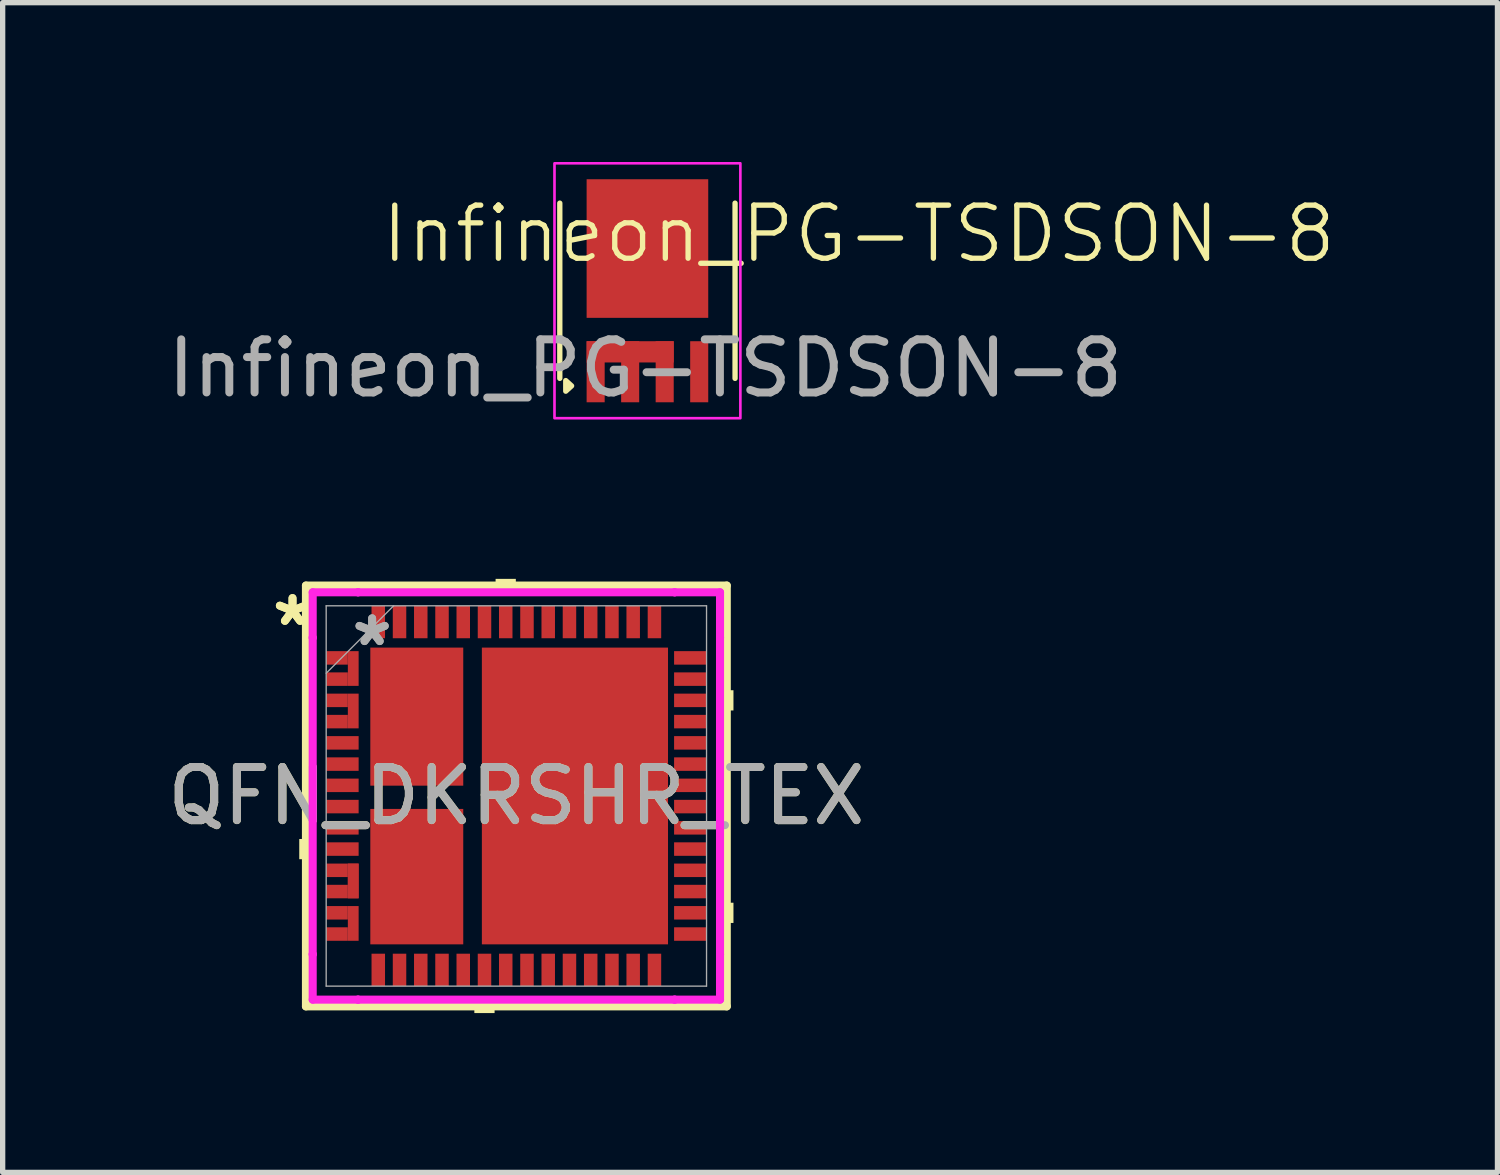
<source format=kicad_pcb>
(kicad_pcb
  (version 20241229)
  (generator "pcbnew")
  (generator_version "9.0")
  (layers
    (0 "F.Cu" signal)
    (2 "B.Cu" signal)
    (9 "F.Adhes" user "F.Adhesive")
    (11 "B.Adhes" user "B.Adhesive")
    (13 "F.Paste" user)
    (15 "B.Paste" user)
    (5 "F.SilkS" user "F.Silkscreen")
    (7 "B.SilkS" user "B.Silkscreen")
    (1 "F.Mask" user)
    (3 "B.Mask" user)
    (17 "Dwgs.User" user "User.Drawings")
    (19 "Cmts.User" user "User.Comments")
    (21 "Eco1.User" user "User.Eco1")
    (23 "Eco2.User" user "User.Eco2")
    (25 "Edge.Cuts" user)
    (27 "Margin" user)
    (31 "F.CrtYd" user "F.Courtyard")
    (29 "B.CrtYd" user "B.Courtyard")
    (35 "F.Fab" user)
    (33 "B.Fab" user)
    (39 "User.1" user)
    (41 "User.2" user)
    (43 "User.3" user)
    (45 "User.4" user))
  (footprint "Infineon_PG-TSDSON-8"
    (layer "F.Cu")
    (at 9.141 2.425)
    (property "Reference" "Infineon_PG-TSDSON-8" (at 3.98 -1.07 0) (unlocked yes) (layer "F.SilkS") (effects (font (size 1 1) (thickness 0.1))))
    (attr smd)
    (fp_rect (start -1.145 0.95) (end 0.495 1.35) (stroke (width 0) (type solid)) (fill yes) (layer "F.Cu"))
    (fp_rect (start -1.145 2.1) (end -0.805 0.95) (stroke (width 0) (type solid)) (fill yes) (layer "F.Cu"))
    (fp_rect (start -0.495 2.1) (end -0.155 0.95) (stroke (width 0) (type solid)) (fill yes) (layer "F.Cu"))
    (fp_rect (start 0.155 2.1) (end 0.495 0.95) (stroke (width 0) (type solid)) (fill yes) (layer "F.Cu"))
    (fp_rect (start 0.805 2.1) (end 1.145 0.95) (stroke (width 0) (type solid)) (fill yes) (layer "F.Cu"))
    (fp_rect (start 1.145 -2.1) (end -1.145 0.51) (stroke (width 0) (type solid)) (fill yes) (layer "F.Cu"))
    (fp_rect (start -1.65 -1.65) (end -1.65 1.65) (stroke (width 0.1) (type default)) (fill no) (layer "F.SilkS"))
    (fp_rect (start 1.65 1.65) (end 1.65 -1.65) (stroke (width 0.1) (type default)) (fill no) (layer "F.SilkS"))
    (fp_poly (pts (xy -1.538 1.891) (xy -1.428 1.791) (xy -1.538 1.691)) (stroke (width 0.1) (type solid)) (fill yes) (layer "F.SilkS"))
    (fp_rect (start -1.115 1) (end 0.465 1.32) (stroke (width 0) (type solid)) (fill yes) (layer "F.Paste"))
    (fp_rect (start -1.115 1.55) (end -0.835 2.07) (stroke (width 0) (type solid)) (fill yes) (layer "F.Paste"))
    (fp_rect (start -1.09 -1.35) (end -0.81 -2.07) (stroke (width 0) (type solid)) (fill yes) (layer "F.Paste"))
    (fp_rect (start -1.09 -1.07) (end -0.81 0.18) (stroke (width 0) (type solid)) (fill yes) (layer "F.Paste"))
    (fp_rect (start -0.555 -1.07) (end 0.555 0.18) (stroke (width 0) (type solid)) (fill yes) (layer "F.Paste"))
    (fp_rect (start -0.49 -1.35) (end -0.21 -2.07) (stroke (width 0) (type solid)) (fill yes) (layer "F.Paste"))
    (fp_rect (start -0.465 1.55) (end -0.185 2.07) (stroke (width 0) (type solid)) (fill yes) (layer "F.Paste"))
    (fp_rect (start 0.16 -1.35) (end 0.44 -2.07) (stroke (width 0) (type solid)) (fill yes) (layer "F.Paste"))
    (fp_rect (start 0.185 1.55) (end 0.465 2.07) (stroke (width 0) (type solid)) (fill yes) (layer "F.Paste"))
    (fp_rect (start 0.81 -1.35) (end 1.09 -2.07) (stroke (width 0) (type solid)) (fill yes) (layer "F.Paste"))
    (fp_rect (start 0.81 -1.07) (end 1.09 0.18) (stroke (width 0) (type solid)) (fill yes) (layer "F.Paste"))
    (fp_rect (start 0.835 1.12) (end 1.115 2.07) (stroke (width 0) (type solid)) (fill yes) (layer "F.Paste"))
    (fp_rect (start -1.75 -2.4) (end 1.75 2.4) (stroke (width 0.05) (type default)) (fill no) (layer "F.CrtYd"))
    (fp_text user "${REFERENCE}" (at -0.04 1.46 0) (unlocked yes) (layer "F.Fab") (effects (font (size 1 1) (thickness 0.15)))))
  (footprint "QFN_DKRSHR_TEX"
    (layer "F.Cu")
    (at 6.673 11.938)
    (property "Reference" "QFN_DKRSHR_TEX" (at 0 0 0) (unlocked yes) (layer "F.SilkS") (effects (font (size 1 1) (thickness 0.15))))
    (attr smd)
    (fp_poly (pts (xy -3.173 -2.073) (xy -3.173 -2.727) (xy -2.97 -2.727) (xy -2.97 -2.073)) (stroke (width 0) (type solid)) (fill yes) (layer "F.Cu"))
    (fp_poly (pts (xy -2.97 -1.273) (xy -3.173 -1.273) (xy -3.173 -1.927) (xy -2.97 -1.927)) (stroke (width 0) (type solid)) (fill yes) (layer "F.Cu"))
    (fp_poly (pts (xy -2.97 1.273) (xy -2.97 1.927) (xy -3.173 1.927) (xy -3.173 1.273)) (stroke (width 0) (type solid)) (fill yes) (layer "F.Cu"))
    (fp_poly (pts (xy -2.97 1.273) (xy -2.97 1.927) (xy -3.173 1.927) (xy -3.173 1.273)) (stroke (width 0) (type solid)) (fill yes) (layer "F.Cu"))
    (fp_poly (pts (xy -2.97 2.073) (xy -2.97 2.727) (xy -3.173 2.727) (xy -3.173 2.073)) (stroke (width 0) (type solid)) (fill yes) (layer "F.Cu"))
    (fp_poly (pts (xy -3.173 -2.727) (xy -2.97 -2.727) (xy -2.97 -2.073) (xy -3.173 -2.073)) (stroke (width 0) (type solid)) (fill yes) (layer "F.Mask"))
    (fp_poly (pts (xy -2.97 -1.273) (xy -3.173 -1.273) (xy -3.173 -1.927) (xy -2.97 -1.927)) (stroke (width 0) (type solid)) (fill yes) (layer "F.Mask"))
    (fp_poly (pts (xy -2.97 1.273) (xy -2.97 1.927) (xy -3.173 1.927) (xy -3.173 1.273)) (stroke (width 0) (type solid)) (fill yes) (layer "F.Mask"))
    (fp_poly (pts (xy -2.97 2.073) (xy -2.97 2.727) (xy -3.173 2.727) (xy -3.173 2.073)) (stroke (width 0) (type solid)) (fill yes) (layer "F.Mask"))
    (fp_line (start -3.962 -3.962) (end -3.962 3.962) (stroke (width 0.152) (type solid)) (layer "F.SilkS"))
    (fp_line (start -3.962 3.962) (end 3.962 3.962) (stroke (width 0.152) (type solid)) (layer "F.SilkS"))
    (fp_line (start 3.962 -3.962) (end -3.962 -3.962) (stroke (width 0.152) (type solid)) (layer "F.SilkS"))
    (fp_line (start 3.962 3.962) (end 3.962 -3.962) (stroke (width 0.152) (type solid)) (layer "F.SilkS"))
    (fp_poly (pts (xy -4.088 0.81) (xy -4.088 1.191) (xy -3.834 1.191) (xy -3.834 0.81)) (stroke (width 0) (type solid)) (fill yes) (layer "F.SilkS"))
    (fp_poly (pts (xy -0.791 3.834) (xy -0.791 4.088) (xy -0.41 4.088) (xy -0.41 3.834)) (stroke (width 0) (type solid)) (fill yes) (layer "F.SilkS"))
    (fp_poly (pts (xy -0.391 -3.834) (xy -0.391 -4.088) (xy -0.01 -4.088) (xy -0.01 -3.834)) (stroke (width 0) (type solid)) (fill yes) (layer "F.SilkS"))
    (fp_poly (pts (xy 4.088 -1.991) (xy 4.088 -1.61) (xy 3.834 -1.61) (xy 3.834 -1.991)) (stroke (width 0) (type solid)) (fill yes) (layer "F.SilkS"))
    (fp_poly (pts (xy 4.088 2.01) (xy 4.088 2.391) (xy 3.834 2.391) (xy 3.834 2.01)) (stroke (width 0) (type solid)) (fill yes) (layer "F.SilkS"))
    (fp_poly (pts (xy -3.173 -2.727) (xy -3.173 -2.073) (xy -2.97 -2.073) (xy -2.97 -2.727)) (stroke (width 0) (type solid)) (fill yes) (layer "F.Paste"))
    (fp_poly (pts (xy -2.97 -1.927) (xy -2.97 -1.273) (xy -3.173 -1.273) (xy -3.173 -1.927)) (stroke (width 0) (type solid)) (fill yes) (layer "F.Paste"))
    (fp_poly (pts (xy -2.97 1.273) (xy -2.97 1.927) (xy -3.173 1.927) (xy -3.173 1.273)) (stroke (width 0) (type solid)) (fill yes) (layer "F.Paste"))
    (fp_poly (pts (xy -2.97 2.073) (xy -2.97 2.727) (xy -3.173 2.727) (xy -3.173 2.073)) (stroke (width 0) (type solid)) (fill yes) (layer "F.Paste"))
    (fp_poly (pts (xy -1.653 -2.694) (xy -1.653 -1.497) (xy -0.1 -1.497) (xy -0.1 -2.694)) (stroke (width 0) (type solid)) (fill yes) (layer "F.Paste"))
    (fp_poly (pts (xy -1.653 -1.297) (xy -1.653 -0.1) (xy -0.1 -0.1) (xy -0.1 -1.297)) (stroke (width 0) (type solid)) (fill yes) (layer "F.Paste"))
    (fp_poly (pts (xy -1.653 0.1) (xy -1.653 1.297) (xy -0.1 1.297) (xy -0.1 0.1)) (stroke (width 0) (type solid)) (fill yes) (layer "F.Paste"))
    (fp_poly (pts (xy -1.653 1.497) (xy -1.653 2.694) (xy -0.1 2.694) (xy -0.1 1.497)) (stroke (width 0) (type solid)) (fill yes) (layer "F.Paste"))
    (fp_poly (pts (xy 0.1 -2.694) (xy 0.1 -1.497) (xy 1.653 -1.497) (xy 1.653 -2.694)) (stroke (width 0) (type solid)) (fill yes) (layer "F.Paste"))
    (fp_poly (pts (xy 0.1 -1.297) (xy 0.1 -0.1) (xy 1.653 -0.1) (xy 1.653 -1.297)) (stroke (width 0) (type solid)) (fill yes) (layer "F.Paste"))
    (fp_poly (pts (xy 0.1 0.1) (xy 0.1 1.297) (xy 1.653 1.297) (xy 1.653 0.1)) (stroke (width 0) (type solid)) (fill yes) (layer "F.Paste"))
    (fp_poly (pts (xy 0.1 1.497) (xy 0.1 2.694) (xy 1.653 2.694) (xy 1.653 1.497)) (stroke (width 0) (type solid)) (fill yes) (layer "F.Paste"))
    (fp_line (start -3.835 -3.835) (end -2.981 -3.835) (stroke (width 0.152) (type solid)) (layer "F.CrtYd"))
    (fp_line (start -3.835 -2.981) (end -3.835 -3.835) (stroke (width 0.152) (type solid)) (layer "F.CrtYd"))
    (fp_line (start -3.835 -2.981) (end -3.835 -2.981) (stroke (width 0.152) (type solid)) (layer "F.CrtYd"))
    (fp_line (start -3.835 2.981) (end -3.835 -2.981) (stroke (width 0.152) (type solid)) (layer "F.CrtYd"))
    (fp_line (start -3.835 2.981) (end -3.835 2.981) (stroke (width 0.152) (type solid)) (layer "F.CrtYd"))
    (fp_line (start -3.835 3.835) (end -3.835 2.981) (stroke (width 0.152) (type solid)) (layer "F.CrtYd"))
    (fp_line (start -2.981 -3.835) (end -2.981 -3.835) (stroke (width 0.152) (type solid)) (layer "F.CrtYd"))
    (fp_line (start -2.981 -3.835) (end 2.981 -3.835) (stroke (width 0.152) (type solid)) (layer "F.CrtYd"))
    (fp_line (start -2.981 3.835) (end -3.835 3.835) (stroke (width 0.152) (type solid)) (layer "F.CrtYd"))
    (fp_line (start -2.981 3.835) (end -2.981 3.835) (stroke (width 0.152) (type solid)) (layer "F.CrtYd"))
    (fp_line (start 2.981 -3.835) (end 2.981 -3.835) (stroke (width 0.152) (type solid)) (layer "F.CrtYd"))
    (fp_line (start 2.981 -3.835) (end 3.835 -3.835) (stroke (width 0.152) (type solid)) (layer "F.CrtYd"))
    (fp_line (start 2.981 3.835) (end -2.981 3.835) (stroke (width 0.152) (type solid)) (layer "F.CrtYd"))
    (fp_line (start 2.981 3.835) (end 2.981 3.835) (stroke (width 0.152) (type solid)) (layer "F.CrtYd"))
    (fp_line (start 3.835 -3.835) (end 3.835 -2.981) (stroke (width 0.152) (type solid)) (layer "F.CrtYd"))
    (fp_line (start 3.835 -2.981) (end 3.835 -2.981) (stroke (width 0.152) (type solid)) (layer "F.CrtYd"))
    (fp_line (start 3.835 -2.981) (end 3.835 2.981) (stroke (width 0.152) (type solid)) (layer "F.CrtYd"))
    (fp_line (start 3.835 2.981) (end 3.835 2.981) (stroke (width 0.152) (type solid)) (layer "F.CrtYd"))
    (fp_line (start 3.835 2.981) (end 3.835 3.835) (stroke (width 0.152) (type solid)) (layer "F.CrtYd"))
    (fp_line (start 3.835 3.835) (end 2.981 3.835) (stroke (width 0.152) (type solid)) (layer "F.CrtYd"))
    (fp_line (start -3.581 -3.581) (end -3.581 3.581) (stroke (width 0.025) (type solid)) (layer "F.Fab"))
    (fp_line (start -3.581 -2.311) (end -2.311 -3.581) (stroke (width 0.025) (type solid)) (layer "F.Fab"))
    (fp_line (start -3.581 3.581) (end 3.581 3.581) (stroke (width 0.025) (type solid)) (layer "F.Fab"))
    (fp_line (start 3.581 -3.581) (end -3.581 -3.581) (stroke (width 0.025) (type solid)) (layer "F.Fab"))
    (fp_line (start 3.581 3.581) (end 3.581 -3.581) (stroke (width 0.025) (type solid)) (layer "F.Fab"))
    (fp_text user "*" (at -4.215 -3.181 0) (unlocked yes) (layer "F.SilkS") (effects (font (size 1 1) (thickness 0.15))))
    (fp_text user "*" (at -4.215 -3.181 0) (layer "F.SilkS") (effects (font (size 1 1) (thickness 0.15))))
    (fp_text user "*" (at -2.716 -2.8 0) (unlocked yes) (layer "F.Fab") (effects (font (size 1 1) (thickness 0.15))))
    (fp_text user "*" (at -2.716 -2.8 0) (layer "F.Fab") (effects (font (size 1 1) (thickness 0.15))))
    (fp_text user "${REFERENCE}" (at 0 0 0) (unlocked yes) (layer "F.Fab") (effects (font (size 1 1) (thickness 0.15))))
    (pad "1" smd rect (at -3.377 -2.6 90) (size 0.254 0.406) (layers "F.Cu" "F.Mask" "F.Paste"))
    (pad "2" smd rect (at -3.377 -2.2 90) (size 0.254 0.406) (layers "F.Cu" "F.Mask" "F.Paste"))
    (pad "3" smd rect (at -3.377 -1.8 90) (size 0.254 0.406) (layers "F.Cu" "F.Mask" "F.Paste"))
    (pad "4" smd rect (at -3.377 -1.4 90) (size 0.254 0.406) (layers "F.Cu" "F.Mask" "F.Paste"))
    (pad "5" smd rect (at -3.275 -1 90) (size 0.254 0.61) (layers "F.Cu" "F.Mask" "F.Paste"))
    (pad "6" smd rect (at -3.275 -0.6 90) (size 0.254 0.61) (layers "F.Cu" "F.Mask" "F.Paste"))
    (pad "7" smd rect (at -3.275 -0.2 90) (size 0.254 0.61) (layers "F.Cu" "F.Mask" "F.Paste"))
    (pad "8" smd rect (at -3.275 0.2 90) (size 0.254 0.61) (layers "F.Cu" "F.Mask" "F.Paste"))
    (pad "9" smd rect (at -3.275 0.6 90) (size 0.254 0.61) (layers "F.Cu" "F.Mask" "F.Paste"))
    (pad "10" smd rect (at -3.275 1 90) (size 0.254 0.61) (layers "F.Cu" "F.Mask" "F.Paste"))
    (pad "11" smd rect (at -3.377 1.4 90) (size 0.254 0.406) (layers "F.Cu" "F.Mask" "F.Paste"))
    (pad "12" smd rect (at -3.377 1.8 90) (size 0.254 0.406) (layers "F.Cu" "F.Mask" "F.Paste"))
    (pad "13" smd rect (at -3.377 2.2 90) (size 0.254 0.406) (layers "F.Cu" "F.Mask" "F.Paste"))
    (pad "14" smd rect (at -3.377 2.6 90) (size 0.254 0.406) (layers "F.Cu" "F.Mask" "F.Paste"))
    (pad "15" smd rect (at -2.6 3.275) (size 0.254 0.61) (layers "F.Cu" "F.Mask" "F.Paste"))
    (pad "16" smd rect (at -2.2 3.275) (size 0.254 0.61) (layers "F.Cu" "F.Mask" "F.Paste"))
    (pad "17" smd rect (at -1.8 3.275) (size 0.254 0.61) (layers "F.Cu" "F.Mask" "F.Paste"))
    (pad "18" smd rect (at -1.4 3.275) (size 0.254 0.61) (layers "F.Cu" "F.Mask" "F.Paste"))
    (pad "19" smd rect (at -1 3.275) (size 0.254 0.61) (layers "F.Cu" "F.Mask" "F.Paste"))
    (pad "20" smd rect (at -0.6 3.275) (size 0.254 0.61) (layers "F.Cu" "F.Mask" "F.Paste"))
    (pad "21" smd rect (at -0.2 3.275) (size 0.254 0.61) (layers "F.Cu" "F.Mask" "F.Paste"))
    (pad "22" smd rect (at 0.2 3.275) (size 0.254 0.61) (layers "F.Cu" "F.Mask" "F.Paste"))
    (pad "23" smd rect (at 0.6 3.275) (size 0.254 0.61) (layers "F.Cu" "F.Mask" "F.Paste"))
    (pad "24" smd rect (at 1 3.275) (size 0.254 0.61) (layers "F.Cu" "F.Mask" "F.Paste"))
    (pad "25" smd rect (at 1.4 3.275) (size 0.254 0.61) (layers "F.Cu" "F.Mask" "F.Paste"))
    (pad "26" smd rect (at 1.8 3.275) (size 0.254 0.61) (layers "F.Cu" "F.Mask" "F.Paste"))
    (pad "27" smd rect (at 2.2 3.275) (size 0.254 0.61) (layers "F.Cu" "F.Mask" "F.Paste"))
    (pad "28" smd rect (at 2.6 3.275) (size 0.254 0.61) (layers "F.Cu" "F.Mask" "F.Paste"))
    (pad "29" smd rect (at 3.275 2.6 90) (size 0.254 0.61) (layers "F.Cu" "F.Mask" "F.Paste"))
    (pad "30" smd rect (at 3.275 2.2 90) (size 0.254 0.61) (layers "F.Cu" "F.Mask" "F.Paste"))
    (pad "31" smd rect (at 3.275 1.8 90) (size 0.254 0.61) (layers "F.Cu" "F.Mask" "F.Paste"))
    (pad "32" smd rect (at 3.275 1.4 90) (size 0.254 0.61) (layers "F.Cu" "F.Mask" "F.Paste"))
    (pad "33" smd rect (at 3.275 1 90) (size 0.254 0.61) (layers "F.Cu" "F.Mask" "F.Paste"))
    (pad "34" smd rect (at 3.275 0.6 90) (size 0.254 0.61) (layers "F.Cu" "F.Mask" "F.Paste"))
    (pad "35" smd rect (at 3.275 0.2 90) (size 0.254 0.61) (layers "F.Cu" "F.Mask" "F.Paste"))
    (pad "36" smd rect (at 3.275 -0.2 90) (size 0.254 0.61) (layers "F.Cu" "F.Mask" "F.Paste"))
    (pad "37" smd rect (at 3.275 -0.6 90) (size 0.254 0.61) (layers "F.Cu" "F.Mask" "F.Paste"))
    (pad "38" smd rect (at 3.275 -1 90) (size 0.254 0.61) (layers "F.Cu" "F.Mask" "F.Paste"))
    (pad "39" smd rect (at 3.275 -1.4 90) (size 0.254 0.61) (layers "F.Cu" "F.Mask" "F.Paste"))
    (pad "40" smd rect (at 3.275 -1.8 90) (size 0.254 0.61) (layers "F.Cu" "F.Mask" "F.Paste"))
    (pad "41" smd rect (at 3.275 -2.2 90) (size 0.254 0.61) (layers "F.Cu" "F.Mask" "F.Paste"))
    (pad "42" smd rect (at 3.275 -2.6 90) (size 0.254 0.61) (layers "F.Cu" "F.Mask" "F.Paste"))
    (pad "43" smd rect (at 2.6 -3.275) (size 0.254 0.61) (layers "F.Cu" "F.Mask" "F.Paste"))
    (pad "44" smd rect (at 2.2 -3.275) (size 0.254 0.61) (layers "F.Cu" "F.Mask" "F.Paste"))
    (pad "45" smd rect (at 1.8 -3.275) (size 0.254 0.61) (layers "F.Cu" "F.Mask" "F.Paste"))
    (pad "46" smd rect (at 1.4 -3.275) (size 0.254 0.61) (layers "F.Cu" "F.Mask" "F.Paste"))
    (pad "47" smd rect (at 1 -3.275) (size 0.254 0.61) (layers "F.Cu" "F.Mask" "F.Paste"))
    (pad "48" smd rect (at 0.6 -3.275) (size 0.254 0.61) (layers "F.Cu" "F.Mask" "F.Paste"))
    (pad "49" smd rect (at 0.2 -3.275) (size 0.254 0.61) (layers "F.Cu" "F.Mask" "F.Paste"))
    (pad "50" smd rect (at -0.2 -3.275) (size 0.254 0.61) (layers "F.Cu" "F.Mask" "F.Paste"))
    (pad "51" smd rect (at -0.6 -3.275) (size 0.254 0.61) (layers "F.Cu" "F.Mask" "F.Paste"))
    (pad "52" smd rect (at -1 -3.275) (size 0.254 0.61) (layers "F.Cu" "F.Mask" "F.Paste"))
    (pad "53" smd rect (at -1.4 -3.275) (size 0.254 0.61) (layers "F.Cu" "F.Mask" "F.Paste"))
    (pad "54" smd rect (at -1.8 -3.275) (size 0.254 0.61) (layers "F.Cu" "F.Mask" "F.Paste"))
    (pad "55" smd rect (at -2.2 -3.275) (size 0.254 0.61) (layers "F.Cu" "F.Mask" "F.Paste"))
    (pad "56" smd rect (at -2.6 -3.275) (size 0.254 0.61) (layers "F.Cu" "F.Mask" "F.Paste"))
    (pad "57" smd rect (at -1.875 -1.494) (size 1.75 2.6) (layers "F.Cu" "F.Mask" "F.Paste"))
    (pad "58" smd rect (at -1.875 1.519) (size 1.75 2.55) (layers "F.Cu" "F.Mask" "F.Paste"))
    (pad "59" smd rect (at 1.103 0) (size 3.505 5.588) (layers "F.Cu" "F.Mask")))
  (gr_rect
    (start -3 -3)
    (end 25.147 19.026)
    (stroke (width 0.1) (type default))
    (fill no)
    (layer "Edge.Cuts")))
</source>
